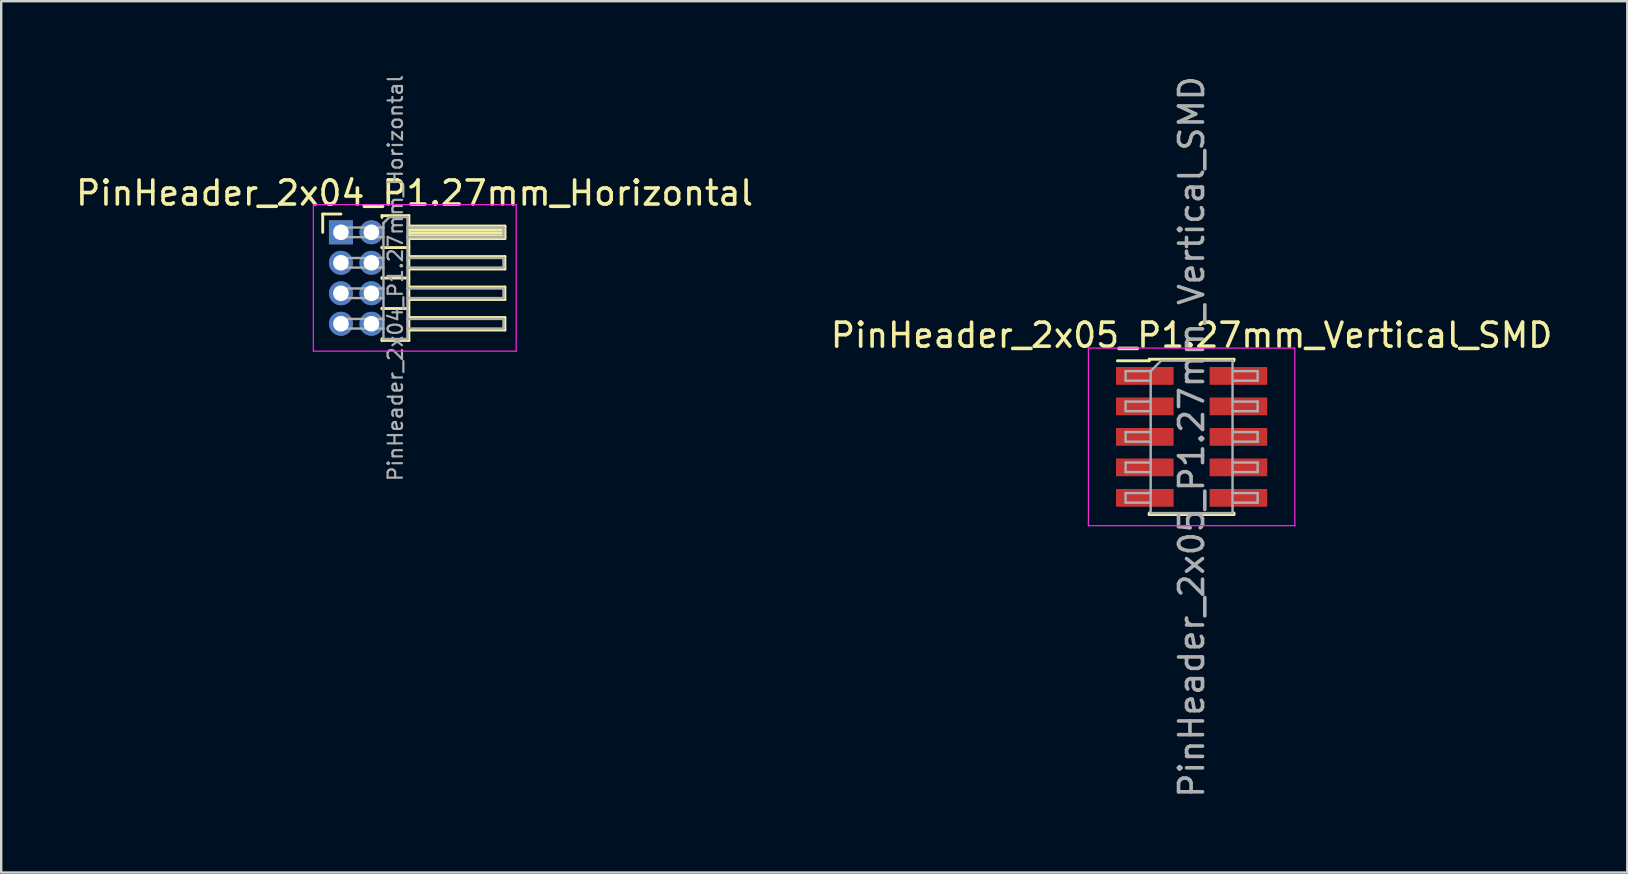
<source format=kicad_pcb>
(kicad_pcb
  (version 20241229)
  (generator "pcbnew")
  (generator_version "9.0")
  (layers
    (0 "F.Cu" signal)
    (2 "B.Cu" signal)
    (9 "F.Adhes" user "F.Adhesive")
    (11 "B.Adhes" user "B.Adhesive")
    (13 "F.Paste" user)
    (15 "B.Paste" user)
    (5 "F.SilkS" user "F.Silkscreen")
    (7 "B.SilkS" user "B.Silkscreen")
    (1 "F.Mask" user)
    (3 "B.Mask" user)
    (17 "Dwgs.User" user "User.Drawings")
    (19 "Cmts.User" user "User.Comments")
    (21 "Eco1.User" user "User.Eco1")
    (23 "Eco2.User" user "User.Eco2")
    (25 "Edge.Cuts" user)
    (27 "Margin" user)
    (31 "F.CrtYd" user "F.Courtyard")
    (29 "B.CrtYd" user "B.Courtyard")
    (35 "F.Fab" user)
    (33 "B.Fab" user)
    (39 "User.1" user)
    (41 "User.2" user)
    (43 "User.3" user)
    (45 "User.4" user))
  (footprint "PinHeader_2x05_P1.27mm_Vertical_SMD"
    (layer "F.Cu")
    (at 46.589 15.149)
    (property "Reference" "PinHeader_2x05_P1.27mm_Vertical_SMD" (at 0 -4.235 0) (layer "F.SilkS") (effects (font (size 1 1) (thickness 0.15))))
    (attr smd)
    (fp_line (start -3.09 -3.17) (end -1.765 -3.17) (stroke (width 0.12) (type solid)) (layer "F.SilkS"))
    (fp_line (start -1.765 -3.235) (end -1.765 -3.17) (stroke (width 0.12) (type solid)) (layer "F.SilkS"))
    (fp_line (start -1.765 -3.235) (end 1.765 -3.235) (stroke (width 0.12) (type solid)) (layer "F.SilkS"))
    (fp_line (start -1.765 3.17) (end -1.765 3.235) (stroke (width 0.12) (type solid)) (layer "F.SilkS"))
    (fp_line (start -1.765 3.235) (end 1.765 3.235) (stroke (width 0.12) (type solid)) (layer "F.SilkS"))
    (fp_line (start 1.765 -3.235) (end 1.765 -3.17) (stroke (width 0.12) (type solid)) (layer "F.SilkS"))
    (fp_line (start 1.765 3.17) (end 1.765 3.235) (stroke (width 0.12) (type solid)) (layer "F.SilkS"))
    (fp_line (start -4.3 -3.7) (end -4.3 3.7) (stroke (width 0.05) (type solid)) (layer "F.CrtYd"))
    (fp_line (start -4.3 3.7) (end 4.3 3.7) (stroke (width 0.05) (type solid)) (layer "F.CrtYd"))
    (fp_line (start 4.3 -3.7) (end -4.3 -3.7) (stroke (width 0.05) (type solid)) (layer "F.CrtYd"))
    (fp_line (start 4.3 3.7) (end 4.3 -3.7) (stroke (width 0.05) (type solid)) (layer "F.CrtYd"))
    (fp_line (start -2.75 -2.74) (end -2.75 -2.34) (stroke (width 0.1) (type solid)) (layer "F.Fab"))
    (fp_line (start -2.75 -2.34) (end -1.705 -2.34) (stroke (width 0.1) (type solid)) (layer "F.Fab"))
    (fp_line (start -2.75 -1.47) (end -2.75 -1.07) (stroke (width 0.1) (type solid)) (layer "F.Fab"))
    (fp_line (start -2.75 -1.07) (end -1.705 -1.07) (stroke (width 0.1) (type solid)) (layer "F.Fab"))
    (fp_line (start -2.75 -0.2) (end -2.75 0.2) (stroke (width 0.1) (type solid)) (layer "F.Fab"))
    (fp_line (start -2.75 0.2) (end -1.705 0.2) (stroke (width 0.1) (type solid)) (layer "F.Fab"))
    (fp_line (start -2.75 1.07) (end -2.75 1.47) (stroke (width 0.1) (type solid)) (layer "F.Fab"))
    (fp_line (start -2.75 1.47) (end -1.705 1.47) (stroke (width 0.1) (type solid)) (layer "F.Fab"))
    (fp_line (start -2.75 2.34) (end -2.75 2.74) (stroke (width 0.1) (type solid)) (layer "F.Fab"))
    (fp_line (start -2.75 2.74) (end -1.705 2.74) (stroke (width 0.1) (type solid)) (layer "F.Fab"))
    (fp_line (start -1.705 -2.74) (end -2.75 -2.74) (stroke (width 0.1) (type solid)) (layer "F.Fab"))
    (fp_line (start -1.705 -2.74) (end -1.27 -3.175) (stroke (width 0.1) (type solid)) (layer "F.Fab"))
    (fp_line (start -1.705 -1.47) (end -2.75 -1.47) (stroke (width 0.1) (type solid)) (layer "F.Fab"))
    (fp_line (start -1.705 -0.2) (end -2.75 -0.2) (stroke (width 0.1) (type solid)) (layer "F.Fab"))
    (fp_line (start -1.705 1.07) (end -2.75 1.07) (stroke (width 0.1) (type solid)) (layer "F.Fab"))
    (fp_line (start -1.705 2.34) (end -2.75 2.34) (stroke (width 0.1) (type solid)) (layer "F.Fab"))
    (fp_line (start -1.705 3.175) (end -1.705 -2.74) (stroke (width 0.1) (type solid)) (layer "F.Fab"))
    (fp_line (start -1.27 -3.175) (end 1.705 -3.175) (stroke (width 0.1) (type solid)) (layer "F.Fab"))
    (fp_line (start 1.705 -3.175) (end 1.705 3.175) (stroke (width 0.1) (type solid)) (layer "F.Fab"))
    (fp_line (start 1.705 -2.74) (end 2.75 -2.74) (stroke (width 0.1) (type solid)) (layer "F.Fab"))
    (fp_line (start 1.705 -1.47) (end 2.75 -1.47) (stroke (width 0.1) (type solid)) (layer "F.Fab"))
    (fp_line (start 1.705 -0.2) (end 2.75 -0.2) (stroke (width 0.1) (type solid)) (layer "F.Fab"))
    (fp_line (start 1.705 1.07) (end 2.75 1.07) (stroke (width 0.1) (type solid)) (layer "F.Fab"))
    (fp_line (start 1.705 2.34) (end 2.75 2.34) (stroke (width 0.1) (type solid)) (layer "F.Fab"))
    (fp_line (start 1.705 3.175) (end -1.705 3.175) (stroke (width 0.1) (type solid)) (layer "F.Fab"))
    (fp_line (start 2.75 -2.74) (end 2.75 -2.34) (stroke (width 0.1) (type solid)) (layer "F.Fab"))
    (fp_line (start 2.75 -2.34) (end 1.705 -2.34) (stroke (width 0.1) (type solid)) (layer "F.Fab"))
    (fp_line (start 2.75 -1.47) (end 2.75 -1.07) (stroke (width 0.1) (type solid)) (layer "F.Fab"))
    (fp_line (start 2.75 -1.07) (end 1.705 -1.07) (stroke (width 0.1) (type solid)) (layer "F.Fab"))
    (fp_line (start 2.75 -0.2) (end 2.75 0.2) (stroke (width 0.1) (type solid)) (layer "F.Fab"))
    (fp_line (start 2.75 0.2) (end 1.705 0.2) (stroke (width 0.1) (type solid)) (layer "F.Fab"))
    (fp_line (start 2.75 1.07) (end 2.75 1.47) (stroke (width 0.1) (type solid)) (layer "F.Fab"))
    (fp_line (start 2.75 1.47) (end 1.705 1.47) (stroke (width 0.1) (type solid)) (layer "F.Fab"))
    (fp_line (start 2.75 2.34) (end 2.75 2.74) (stroke (width 0.1) (type solid)) (layer "F.Fab"))
    (fp_line (start 2.75 2.74) (end 1.705 2.74) (stroke (width 0.1) (type solid)) (layer "F.Fab"))
    (fp_text user "${REFERENCE}" (at 0 0 90) (layer "F.Fab") (effects (font (size 1 1) (thickness 0.15))))
    (pad "1" smd rect (at -1.95 -2.54) (size 2.4 0.74) (layers "F.Cu" "F.Mask" "F.Paste"))
    (pad "2" smd rect (at 1.95 -2.54) (size 2.4 0.74) (layers "F.Cu" "F.Mask" "F.Paste"))
    (pad "3" smd rect (at -1.95 -1.27) (size 2.4 0.74) (layers "F.Cu" "F.Mask" "F.Paste"))
    (pad "4" smd rect (at 1.95 -1.27) (size 2.4 0.74) (layers "F.Cu" "F.Mask" "F.Paste"))
    (pad "5" smd rect (at -1.95 0) (size 2.4 0.74) (layers "F.Cu" "F.Mask" "F.Paste"))
    (pad "6" smd rect (at 1.95 0) (size 2.4 0.74) (layers "F.Cu" "F.Mask" "F.Paste"))
    (pad "7" smd rect (at -1.95 1.27) (size 2.4 0.74) (layers "F.Cu" "F.Mask" "F.Paste"))
    (pad "8" smd rect (at 1.95 1.27) (size 2.4 0.74) (layers "F.Cu" "F.Mask" "F.Paste"))
    (pad "9" smd rect (at -1.95 2.54) (size 2.4 0.74) (layers "F.Cu" "F.Mask" "F.Paste"))
    (pad "10" smd rect (at 1.95 2.54) (size 2.4 0.74) (layers "F.Cu" "F.Mask" "F.Paste")))
  (footprint "PinHeader_2x04_P1.27mm_Horizontal"
    (layer "F.Cu")
    (at 11.153 6.627)
    (property "Reference" "PinHeader_2x04_P1.27mm_Horizontal" (at 3.067 -1.635 0) (layer "F.SilkS") (effects (font (size 1 1) (thickness 0.15))))
    (attr through_hole)
    (fp_line (start -0.76 -0.76) (end 0 -0.76) (stroke (width 0.12) (type solid)) (layer "F.SilkS"))
    (fp_line (start -0.76 0) (end -0.76 -0.76) (stroke (width 0.12) (type solid)) (layer "F.SilkS"))
    (fp_line (start 1.71 -0.695) (end 2.83 -0.695) (stroke (width 0.12) (type solid)) (layer "F.SilkS"))
    (fp_line (start 1.71 -0.62) (end 1.71 -0.695) (stroke (width 0.12) (type solid)) (layer "F.SilkS"))
    (fp_line (start 1.71 0.62) (end 1.71 0.65) (stroke (width 0.12) (type solid)) (layer "F.SilkS"))
    (fp_line (start 1.71 0.635) (end 2.83 0.635) (stroke (width 0.12) (type solid)) (layer "F.SilkS"))
    (fp_line (start 1.71 1.89) (end 1.71 1.92) (stroke (width 0.12) (type solid)) (layer "F.SilkS"))
    (fp_line (start 1.71 1.905) (end 2.83 1.905) (stroke (width 0.12) (type solid)) (layer "F.SilkS"))
    (fp_line (start 1.71 3.16) (end 1.71 3.19) (stroke (width 0.12) (type solid)) (layer "F.SilkS"))
    (fp_line (start 1.71 3.175) (end 2.83 3.175) (stroke (width 0.12) (type solid)) (layer "F.SilkS"))
    (fp_line (start 1.71 4.505) (end 1.71 4.43) (stroke (width 0.12) (type solid)) (layer "F.SilkS"))
    (fp_line (start 2.83 -0.695) (end 2.83 4.505) (stroke (width 0.12) (type solid)) (layer "F.SilkS"))
    (fp_line (start 2.83 -0.26) (end 6.83 -0.26) (stroke (width 0.12) (type solid)) (layer "F.SilkS"))
    (fp_line (start 2.83 -0.2) (end 6.83 -0.2) (stroke (width 0.12) (type solid)) (layer "F.SilkS"))
    (fp_line (start 2.83 -0.08) (end 6.83 -0.08) (stroke (width 0.12) (type solid)) (layer "F.SilkS"))
    (fp_line (start 2.83 0.04) (end 6.83 0.04) (stroke (width 0.12) (type solid)) (layer "F.SilkS"))
    (fp_line (start 2.83 0.16) (end 6.83 0.16) (stroke (width 0.12) (type solid)) (layer "F.SilkS"))
    (fp_line (start 2.83 1.01) (end 6.83 1.01) (stroke (width 0.12) (type solid)) (layer "F.SilkS"))
    (fp_line (start 2.83 2.28) (end 6.83 2.28) (stroke (width 0.12) (type solid)) (layer "F.SilkS"))
    (fp_line (start 2.83 3.55) (end 6.83 3.55) (stroke (width 0.12) (type solid)) (layer "F.SilkS"))
    (fp_line (start 2.83 4.505) (end 1.71 4.505) (stroke (width 0.12) (type solid)) (layer "F.SilkS"))
    (fp_line (start 6.83 -0.26) (end 6.83 0.26) (stroke (width 0.12) (type solid)) (layer "F.SilkS"))
    (fp_line (start 6.83 0.26) (end 2.83 0.26) (stroke (width 0.12) (type solid)) (layer "F.SilkS"))
    (fp_line (start 6.83 1.01) (end 6.83 1.53) (stroke (width 0.12) (type solid)) (layer "F.SilkS"))
    (fp_line (start 6.83 1.53) (end 2.83 1.53) (stroke (width 0.12) (type solid)) (layer "F.SilkS"))
    (fp_line (start 6.83 2.28) (end 6.83 2.8) (stroke (width 0.12) (type solid)) (layer "F.SilkS"))
    (fp_line (start 6.83 2.8) (end 2.83 2.8) (stroke (width 0.12) (type solid)) (layer "F.SilkS"))
    (fp_line (start 6.83 3.55) (end 6.83 4.07) (stroke (width 0.12) (type solid)) (layer "F.SilkS"))
    (fp_line (start 6.83 4.07) (end 2.83 4.07) (stroke (width 0.12) (type solid)) (layer "F.SilkS"))
    (fp_line (start -1.15 -1.15) (end -1.15 4.95) (stroke (width 0.05) (type solid)) (layer "F.CrtYd"))
    (fp_line (start -1.15 4.95) (end 7.3 4.95) (stroke (width 0.05) (type solid)) (layer "F.CrtYd"))
    (fp_line (start 7.3 -1.15) (end -1.15 -1.15) (stroke (width 0.05) (type solid)) (layer "F.CrtYd"))
    (fp_line (start 7.3 4.95) (end 7.3 -1.15) (stroke (width 0.05) (type solid)) (layer "F.CrtYd"))
    (fp_line (start -0.2 -0.2) (end -0.2 0.2) (stroke (width 0.1) (type solid)) (layer "F.Fab"))
    (fp_line (start -0.2 -0.2) (end 1.77 -0.2) (stroke (width 0.1) (type solid)) (layer "F.Fab"))
    (fp_line (start -0.2 0.2) (end 1.77 0.2) (stroke (width 0.1) (type solid)) (layer "F.Fab"))
    (fp_line (start -0.2 1.07) (end -0.2 1.47) (stroke (width 0.1) (type solid)) (layer "F.Fab"))
    (fp_line (start -0.2 1.07) (end 1.77 1.07) (stroke (width 0.1) (type solid)) (layer "F.Fab"))
    (fp_line (start -0.2 1.47) (end 1.77 1.47) (stroke (width 0.1) (type solid)) (layer "F.Fab"))
    (fp_line (start -0.2 2.34) (end -0.2 2.74) (stroke (width 0.1) (type solid)) (layer "F.Fab"))
    (fp_line (start -0.2 2.34) (end 1.77 2.34) (stroke (width 0.1) (type solid)) (layer "F.Fab"))
    (fp_line (start -0.2 2.74) (end 1.77 2.74) (stroke (width 0.1) (type solid)) (layer "F.Fab"))
    (fp_line (start -0.2 3.61) (end -0.2 4.01) (stroke (width 0.1) (type solid)) (layer "F.Fab"))
    (fp_line (start -0.2 3.61) (end 1.77 3.61) (stroke (width 0.1) (type solid)) (layer "F.Fab"))
    (fp_line (start -0.2 4.01) (end 1.77 4.01) (stroke (width 0.1) (type solid)) (layer "F.Fab"))
    (fp_line (start 1.77 -0.385) (end 2.02 -0.635) (stroke (width 0.1) (type solid)) (layer "F.Fab"))
    (fp_line (start 1.77 4.445) (end 1.77 -0.385) (stroke (width 0.1) (type solid)) (layer "F.Fab"))
    (fp_line (start 2.02 -0.635) (end 2.77 -0.635) (stroke (width 0.1) (type solid)) (layer "F.Fab"))
    (fp_line (start 2.77 -0.635) (end 2.77 4.445) (stroke (width 0.1) (type solid)) (layer "F.Fab"))
    (fp_line (start 2.77 -0.2) (end 6.77 -0.2) (stroke (width 0.1) (type solid)) (layer "F.Fab"))
    (fp_line (start 2.77 0.2) (end 6.77 0.2) (stroke (width 0.1) (type solid)) (layer "F.Fab"))
    (fp_line (start 2.77 1.07) (end 6.77 1.07) (stroke (width 0.1) (type solid)) (layer "F.Fab"))
    (fp_line (start 2.77 1.47) (end 6.77 1.47) (stroke (width 0.1) (type solid)) (layer "F.Fab"))
    (fp_line (start 2.77 2.34) (end 6.77 2.34) (stroke (width 0.1) (type solid)) (layer "F.Fab"))
    (fp_line (start 2.77 2.74) (end 6.77 2.74) (stroke (width 0.1) (type solid)) (layer "F.Fab"))
    (fp_line (start 2.77 3.61) (end 6.77 3.61) (stroke (width 0.1) (type solid)) (layer "F.Fab"))
    (fp_line (start 2.77 4.01) (end 6.77 4.01) (stroke (width 0.1) (type solid)) (layer "F.Fab"))
    (fp_line (start 2.77 4.445) (end 1.77 4.445) (stroke (width 0.1) (type solid)) (layer "F.Fab"))
    (fp_line (start 6.77 -0.2) (end 6.77 0.2) (stroke (width 0.1) (type solid)) (layer "F.Fab"))
    (fp_line (start 6.77 1.07) (end 6.77 1.47) (stroke (width 0.1) (type solid)) (layer "F.Fab"))
    (fp_line (start 6.77 2.34) (end 6.77 2.74) (stroke (width 0.1) (type solid)) (layer "F.Fab"))
    (fp_line (start 6.77 3.61) (end 6.77 4.01) (stroke (width 0.1) (type solid)) (layer "F.Fab"))
    (fp_text user "${REFERENCE}" (at 2.27 1.905 90) (layer "F.Fab") (effects (font (size 0.6 0.6) (thickness 0.09))))
    (pad "1" thru_hole rect (at 0 0) (size 1 1) (drill 0.65) (layers "*.Cu" "*.Mask"))
    (pad "2" thru_hole oval (at 1.27 0) (size 1 1) (drill 0.65) (layers "*.Cu" "*.Mask"))
    (pad "3" thru_hole oval (at 0 1.27) (size 1 1) (drill 0.65) (layers "*.Cu" "*.Mask"))
    (pad "4" thru_hole oval (at 1.27 1.27) (size 1 1) (drill 0.65) (layers "*.Cu" "*.Mask"))
    (pad "5" thru_hole oval (at 0 2.54) (size 1 1) (drill 0.65) (layers "*.Cu" "*.Mask"))
    (pad "6" thru_hole oval (at 1.27 2.54) (size 1 1) (drill 0.65) (layers "*.Cu" "*.Mask"))
    (pad "7" thru_hole oval (at 0 3.81) (size 1 1) (drill 0.65) (layers "*.Cu" "*.Mask"))
    (pad "8" thru_hole oval (at 1.27 3.81) (size 1 1) (drill 0.65) (layers "*.Cu" "*.Mask")))
  (gr_rect
    (start -3 -3)
    (end 64.738 33.298)
    (stroke (width 0.1) (type default))
    (fill no)
    (layer "Edge.Cuts")))
</source>
